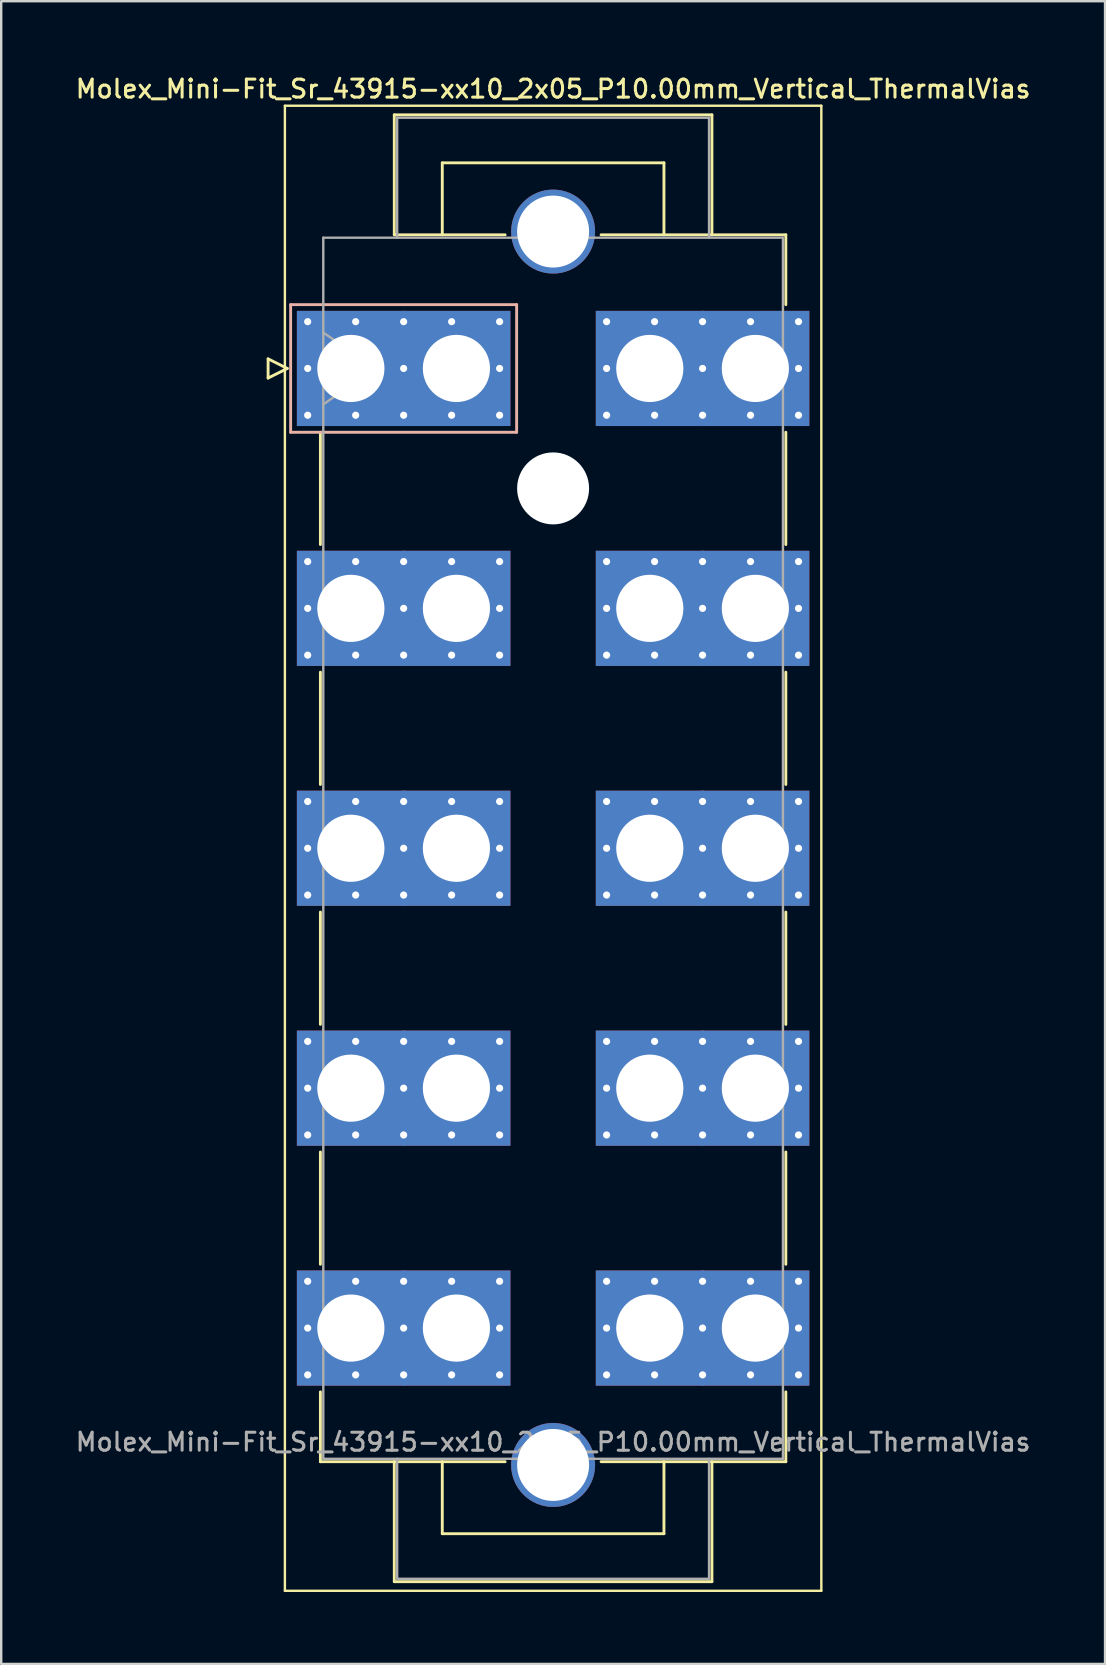
<source format=kicad_pcb>
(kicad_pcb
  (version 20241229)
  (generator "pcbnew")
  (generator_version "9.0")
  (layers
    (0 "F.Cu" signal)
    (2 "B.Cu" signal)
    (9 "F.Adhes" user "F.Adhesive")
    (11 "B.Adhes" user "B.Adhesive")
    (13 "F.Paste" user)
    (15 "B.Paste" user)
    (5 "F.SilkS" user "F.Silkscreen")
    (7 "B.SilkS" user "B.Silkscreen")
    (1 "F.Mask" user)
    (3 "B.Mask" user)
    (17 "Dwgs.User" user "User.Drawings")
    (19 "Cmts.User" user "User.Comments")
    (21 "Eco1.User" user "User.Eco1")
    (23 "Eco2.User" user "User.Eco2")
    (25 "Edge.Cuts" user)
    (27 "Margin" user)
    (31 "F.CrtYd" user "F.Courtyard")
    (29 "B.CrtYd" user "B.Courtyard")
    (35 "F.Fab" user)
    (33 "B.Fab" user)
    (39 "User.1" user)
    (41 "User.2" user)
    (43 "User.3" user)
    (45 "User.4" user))
  (footprint "Molex_Mini-Fit_Sr_43915-xx10_2x05_P10.00mm_Vertical_ThermalVias"
    (layer "F.Cu")
    (at 11.575 12.308)
    (property "Reference" "Molex_Mini-Fit_Sr_43915-xx10_2x05_P10.00mm_Vertical_ThermalVias" (at 8.43 -11.65 0) (layer "F.SilkS") (effects (font (size 0.75 0.75) (thickness 0.125))))
    (attr through_hole)
    (fp_line (start -3.45 -0.4) (end -3.45 0.4) (stroke (width 0.12) (type solid)) (layer "F.SilkS"))
    (fp_line (start -3.45 0.4) (end -2.65 0) (stroke (width 0.12) (type solid)) (layer "F.SilkS"))
    (fp_line (start -2.75 -10.95) (end -2.75 50.95) (stroke (width 0.1) (type solid)) (layer "F.SilkS"))
    (fp_line (start -2.75 50.95) (end 19.61 50.95) (stroke (width 0.1) (type solid)) (layer "F.SilkS"))
    (fp_line (start -2.65 0) (end -3.45 -0.4) (stroke (width 0.12) (type solid)) (layer "F.SilkS"))
    (fp_line (start -1.27 2.66) (end -1.27 7.34) (stroke (width 0.12) (type solid)) (layer "F.SilkS"))
    (fp_line (start -1.27 12.66) (end -1.27 17.34) (stroke (width 0.12) (type solid)) (layer "F.SilkS"))
    (fp_line (start -1.27 22.66) (end -1.27 27.34) (stroke (width 0.12) (type solid)) (layer "F.SilkS"))
    (fp_line (start -1.27 32.66) (end -1.27 37.34) (stroke (width 0.12) (type solid)) (layer "F.SilkS"))
    (fp_line (start -1.27 42.66) (end -1.27 45.57) (stroke (width 0.12) (type solid)) (layer "F.SilkS"))
    (fp_line (start -1.27 45.57) (end 6.43 45.57) (stroke (width 0.12) (type solid)) (layer "F.SilkS"))
    (fp_line (start 1.81 -10.57) (end 15.05 -10.57) (stroke (width 0.12) (type solid)) (layer "F.SilkS"))
    (fp_line (start 1.81 -5.57) (end 1.81 -10.57) (stroke (width 0.12) (type solid)) (layer "F.SilkS"))
    (fp_line (start 1.81 45.57) (end 1.81 50.57) (stroke (width 0.12) (type solid)) (layer "F.SilkS"))
    (fp_line (start 1.81 50.57) (end 15.05 50.57) (stroke (width 0.12) (type solid)) (layer "F.SilkS"))
    (fp_line (start 3.81 -8.57) (end 13.05 -8.57) (stroke (width 0.12) (type solid)) (layer "F.SilkS"))
    (fp_line (start 3.81 -5.57) (end 3.81 -8.57) (stroke (width 0.12) (type solid)) (layer "F.SilkS"))
    (fp_line (start 3.81 45.57) (end 3.81 48.57) (stroke (width 0.12) (type solid)) (layer "F.SilkS"))
    (fp_line (start 3.81 48.57) (end 13.05 48.57) (stroke (width 0.12) (type solid)) (layer "F.SilkS"))
    (fp_line (start 6.43 -5.57) (end 1.81 -5.57) (stroke (width 0.12) (type solid)) (layer "F.SilkS"))
    (fp_line (start 13.05 -8.57) (end 13.05 -5.57) (stroke (width 0.12) (type solid)) (layer "F.SilkS"))
    (fp_line (start 13.05 48.57) (end 13.05 45.57) (stroke (width 0.12) (type solid)) (layer "F.SilkS"))
    (fp_line (start 15.05 -10.57) (end 15.05 -5.57) (stroke (width 0.12) (type solid)) (layer "F.SilkS"))
    (fp_line (start 15.05 50.57) (end 15.05 45.57) (stroke (width 0.12) (type solid)) (layer "F.SilkS"))
    (fp_line (start 18.13 -5.57) (end 10.43 -5.57) (stroke (width 0.12) (type solid)) (layer "F.SilkS"))
    (fp_line (start 18.13 -2.66) (end 18.13 -5.57) (stroke (width 0.12) (type solid)) (layer "F.SilkS"))
    (fp_line (start 18.13 2.66) (end 18.13 7.34) (stroke (width 0.12) (type solid)) (layer "F.SilkS"))
    (fp_line (start 18.13 12.66) (end 18.13 17.34) (stroke (width 0.12) (type solid)) (layer "F.SilkS"))
    (fp_line (start 18.13 22.66) (end 18.13 27.34) (stroke (width 0.12) (type solid)) (layer "F.SilkS"))
    (fp_line (start 18.13 32.66) (end 18.13 37.34) (stroke (width 0.12) (type solid)) (layer "F.SilkS"))
    (fp_line (start 18.13 42.66) (end 18.13 45.57) (stroke (width 0.12) (type solid)) (layer "F.SilkS"))
    (fp_line (start 18.13 45.57) (end 10.43 45.57) (stroke (width 0.12) (type solid)) (layer "F.SilkS"))
    (fp_line (start 19.61 -10.95) (end -2.75 -10.95) (stroke (width 0.1) (type solid)) (layer "F.SilkS"))
    (fp_line (start 19.61 50.95) (end 19.61 -10.95) (stroke (width 0.1) (type solid)) (layer "F.SilkS"))
    (fp_line (start -2.51 -2.66) (end -2.51 2.66) (stroke (width 0.12) (type solid)) (layer "B.SilkS"))
    (fp_line (start -2.51 2.66) (end 6.91 2.66) (stroke (width 0.12) (type solid)) (layer "B.SilkS"))
    (fp_line (start 6.91 -2.66) (end -2.51 -2.66) (stroke (width 0.12) (type solid)) (layer "B.SilkS"))
    (fp_line (start 6.91 2.66) (end 6.91 -2.66) (stroke (width 0.12) (type solid)) (layer "B.SilkS"))
    (fp_line (start -1.15 -5.45) (end -1.15 45.45) (stroke (width 0.1) (type solid)) (layer "F.Fab"))
    (fp_line (start -1.15 -1.5) (end 0.971 0) (stroke (width 0.1) (type solid)) (layer "F.Fab"))
    (fp_line (start -1.15 45.45) (end 18.01 45.45) (stroke (width 0.1) (type solid)) (layer "F.Fab"))
    (fp_line (start 0.971 0) (end -1.15 1.5) (stroke (width 0.1) (type solid)) (layer "F.Fab"))
    (fp_line (start 1.93 -10.45) (end 14.93 -10.45) (stroke (width 0.1) (type solid)) (layer "F.Fab"))
    (fp_line (start 1.93 -5.45) (end 1.93 -10.45) (stroke (width 0.1) (type solid)) (layer "F.Fab"))
    (fp_line (start 1.93 45.45) (end 1.93 50.45) (stroke (width 0.1) (type solid)) (layer "F.Fab"))
    (fp_line (start 1.93 50.45) (end 14.93 50.45) (stroke (width 0.1) (type solid)) (layer "F.Fab"))
    (fp_line (start 14.93 -10.45) (end 14.93 -5.45) (stroke (width 0.1) (type solid)) (layer "F.Fab"))
    (fp_line (start 14.93 50.45) (end 14.93 45.45) (stroke (width 0.1) (type solid)) (layer "F.Fab"))
    (fp_line (start 18.01 -5.45) (end -1.15 -5.45) (stroke (width 0.1) (type solid)) (layer "F.Fab"))
    (fp_line (start 18.01 45.45) (end 18.01 -5.45) (stroke (width 0.1) (type solid)) (layer "F.Fab"))
    (fp_text user "${REFERENCE}" (at 8.43 44.75 0) (layer "F.Fab") (effects (font (size 0.75 0.75) (thickness 0.125))))
    (pad "" thru_hole circle (at 8.43 -5.705) (size 3.5 3.5) (drill 3) (layers "*.Cu" "*.Mask"))
    (pad "" np_thru_hole circle (at 8.43 5) (size 3 3) (drill 3) (layers "*.Cu" "*.Mask"))
    (pad "" thru_hole circle (at 8.43 45.705) (size 3.5 3.5) (drill 3) (layers "*.Cu" "*.Mask"))
    (pad "1" thru_hole roundrect (at -1.8 -1.95) (size 0.6 0.6) (drill 0.3) (layers "*.Cu" "*.Mask") (roundrect_rratio 0.25))
    (pad "1" thru_hole roundrect (at -1.8 0) (size 0.6 0.6) (drill 0.3) (layers "*.Cu" "*.Mask") (roundrect_rratio 0.25))
    (pad "1" thru_hole roundrect (at -1.8 1.95) (size 0.6 0.6) (drill 0.3) (layers "*.Cu" "*.Mask") (roundrect_rratio 0.25))
    (pad "1" thru_hole rect (at 0 0) (size 4.5 4.8) (drill 2.8) (layers "*.Cu" "*.Mask"))
    (pad "1" thru_hole roundrect (at 0.2 -1.95) (size 0.6 0.6) (drill 0.3) (layers "*.Cu" "*.Mask") (roundrect_rratio 0.25))
    (pad "1" thru_hole roundrect (at 0.2 1.95) (size 0.6 0.6) (drill 0.3) (layers "*.Cu" "*.Mask") (roundrect_rratio 0.25))
    (pad "1" thru_hole roundrect (at 2.2 -1.95) (size 0.6 0.6) (drill 0.3) (layers "*.Cu" "*.Mask") (roundrect_rratio 0.25))
    (pad "1" thru_hole roundrect (at 2.2 0) (size 0.6 0.6) (drill 0.3) (layers "*.Cu" "*.Mask") (roundrect_rratio 0.25))
    (pad "1" thru_hole roundrect (at 2.2 1.95) (size 0.6 0.6) (drill 0.3) (layers "*.Cu" "*.Mask") (roundrect_rratio 0.25))
    (pad "1" thru_hole roundrect (at 4.2 -1.95) (size 0.6 0.6) (drill 0.3) (layers "*.Cu" "*.Mask") (roundrect_rratio 0.25))
    (pad "1" thru_hole roundrect (at 4.2 1.95) (size 0.6 0.6) (drill 0.3) (layers "*.Cu" "*.Mask") (roundrect_rratio 0.25))
    (pad "1" thru_hole rect (at 4.4 0) (size 4.5 4.8) (drill 2.8) (layers "*.Cu" "*.Mask"))
    (pad "1" thru_hole roundrect (at 6.2 -1.95) (size 0.6 0.6) (drill 0.3) (layers "*.Cu" "*.Mask") (roundrect_rratio 0.25))
    (pad "1" thru_hole roundrect (at 6.2 0) (size 0.6 0.6) (drill 0.3) (layers "*.Cu" "*.Mask") (roundrect_rratio 0.25))
    (pad "1" thru_hole roundrect (at 6.2 1.95) (size 0.6 0.6) (drill 0.3) (layers "*.Cu" "*.Mask") (roundrect_rratio 0.25))
    (pad "2" thru_hole circle (at -1.8 8.05) (size 0.6 0.6) (drill 0.3) (layers "*.Cu" "*.Mask"))
    (pad "2" thru_hole circle (at -1.8 10) (size 0.6 0.6) (drill 0.3) (layers "*.Cu" "*.Mask"))
    (pad "2" thru_hole circle (at -1.8 11.95) (size 0.6 0.6) (drill 0.3) (layers "*.Cu" "*.Mask"))
    (pad "2" thru_hole rect (at 0 10) (size 4.5 4.8) (drill 2.8) (layers "*.Cu" "*.Mask"))
    (pad "2" thru_hole circle (at 0.2 8.05) (size 0.6 0.6) (drill 0.3) (layers "*.Cu" "*.Mask"))
    (pad "2" thru_hole circle (at 0.2 11.95) (size 0.6 0.6) (drill 0.3) (layers "*.Cu" "*.Mask"))
    (pad "2" thru_hole circle (at 2.2 8.05) (size 0.6 0.6) (drill 0.3) (layers "*.Cu" "*.Mask"))
    (pad "2" thru_hole circle (at 2.2 10) (size 0.6 0.6) (drill 0.3) (layers "*.Cu" "*.Mask"))
    (pad "2" thru_hole circle (at 2.2 11.95) (size 0.6 0.6) (drill 0.3) (layers "*.Cu" "*.Mask"))
    (pad "2" thru_hole circle (at 4.2 8.05) (size 0.6 0.6) (drill 0.3) (layers "*.Cu" "*.Mask"))
    (pad "2" thru_hole circle (at 4.2 11.95) (size 0.6 0.6) (drill 0.3) (layers "*.Cu" "*.Mask"))
    (pad "2" thru_hole rect (at 4.4 10) (size 4.5 4.8) (drill 2.8) (layers "*.Cu" "*.Mask"))
    (pad "2" thru_hole circle (at 6.2 8.05) (size 0.6 0.6) (drill 0.3) (layers "*.Cu" "*.Mask"))
    (pad "2" thru_hole circle (at 6.2 10) (size 0.6 0.6) (drill 0.3) (layers "*.Cu" "*.Mask"))
    (pad "2" thru_hole circle (at 6.2 11.95) (size 0.6 0.6) (drill 0.3) (layers "*.Cu" "*.Mask"))
    (pad "3" thru_hole circle (at -1.8 18.05) (size 0.6 0.6) (drill 0.3) (layers "*.Cu" "*.Mask"))
    (pad "3" thru_hole circle (at -1.8 20) (size 0.6 0.6) (drill 0.3) (layers "*.Cu" "*.Mask"))
    (pad "3" thru_hole circle (at -1.8 21.95) (size 0.6 0.6) (drill 0.3) (layers "*.Cu" "*.Mask"))
    (pad "3" thru_hole rect (at 0 20) (size 4.5 4.8) (drill 2.8) (layers "*.Cu" "*.Mask"))
    (pad "3" thru_hole circle (at 0.2 18.05) (size 0.6 0.6) (drill 0.3) (layers "*.Cu" "*.Mask"))
    (pad "3" thru_hole circle (at 0.2 21.95) (size 0.6 0.6) (drill 0.3) (layers "*.Cu" "*.Mask"))
    (pad "3" thru_hole circle (at 2.2 18.05) (size 0.6 0.6) (drill 0.3) (layers "*.Cu" "*.Mask"))
    (pad "3" thru_hole circle (at 2.2 20) (size 0.6 0.6) (drill 0.3) (layers "*.Cu" "*.Mask"))
    (pad "3" thru_hole circle (at 2.2 21.95) (size 0.6 0.6) (drill 0.3) (layers "*.Cu" "*.Mask"))
    (pad "3" thru_hole circle (at 4.2 18.05) (size 0.6 0.6) (drill 0.3) (layers "*.Cu" "*.Mask"))
    (pad "3" thru_hole circle (at 4.2 21.95) (size 0.6 0.6) (drill 0.3) (layers "*.Cu" "*.Mask"))
    (pad "3" thru_hole rect (at 4.4 20) (size 4.5 4.8) (drill 2.8) (layers "*.Cu" "*.Mask"))
    (pad "3" thru_hole circle (at 6.2 18.05) (size 0.6 0.6) (drill 0.3) (layers "*.Cu" "*.Mask"))
    (pad "3" thru_hole circle (at 6.2 20) (size 0.6 0.6) (drill 0.3) (layers "*.Cu" "*.Mask"))
    (pad "3" thru_hole circle (at 6.2 21.95) (size 0.6 0.6) (drill 0.3) (layers "*.Cu" "*.Mask"))
    (pad "4" thru_hole circle (at -1.8 28.05) (size 0.6 0.6) (drill 0.3) (layers "*.Cu" "*.Mask"))
    (pad "4" thru_hole circle (at -1.8 30) (size 0.6 0.6) (drill 0.3) (layers "*.Cu" "*.Mask"))
    (pad "4" thru_hole circle (at -1.8 31.95) (size 0.6 0.6) (drill 0.3) (layers "*.Cu" "*.Mask"))
    (pad "4" thru_hole rect (at 0 30) (size 4.5 4.8) (drill 2.8) (layers "*.Cu" "*.Mask"))
    (pad "4" thru_hole circle (at 0.2 28.05) (size 0.6 0.6) (drill 0.3) (layers "*.Cu" "*.Mask"))
    (pad "4" thru_hole circle (at 0.2 31.95) (size 0.6 0.6) (drill 0.3) (layers "*.Cu" "*.Mask"))
    (pad "4" thru_hole circle (at 2.2 28.05) (size 0.6 0.6) (drill 0.3) (layers "*.Cu" "*.Mask"))
    (pad "4" thru_hole circle (at 2.2 30) (size 0.6 0.6) (drill 0.3) (layers "*.Cu" "*.Mask"))
    (pad "4" thru_hole circle (at 2.2 31.95) (size 0.6 0.6) (drill 0.3) (layers "*.Cu" "*.Mask"))
    (pad "4" thru_hole circle (at 4.2 28.05) (size 0.6 0.6) (drill 0.3) (layers "*.Cu" "*.Mask"))
    (pad "4" thru_hole circle (at 4.2 31.95) (size 0.6 0.6) (drill 0.3) (layers "*.Cu" "*.Mask"))
    (pad "4" thru_hole rect (at 4.4 30) (size 4.5 4.8) (drill 2.8) (layers "*.Cu" "*.Mask"))
    (pad "4" thru_hole circle (at 6.2 28.05) (size 0.6 0.6) (drill 0.3) (layers "*.Cu" "*.Mask"))
    (pad "4" thru_hole circle (at 6.2 30) (size 0.6 0.6) (drill 0.3) (layers "*.Cu" "*.Mask"))
    (pad "4" thru_hole circle (at 6.2 31.95) (size 0.6 0.6) (drill 0.3) (layers "*.Cu" "*.Mask"))
    (pad "5" thru_hole circle (at -1.8 38.05) (size 0.6 0.6) (drill 0.3) (layers "*.Cu" "*.Mask"))
    (pad "5" thru_hole circle (at -1.8 40) (size 0.6 0.6) (drill 0.3) (layers "*.Cu" "*.Mask"))
    (pad "5" thru_hole circle (at -1.8 41.95) (size 0.6 0.6) (drill 0.3) (layers "*.Cu" "*.Mask"))
    (pad "5" thru_hole rect (at 0 40) (size 4.5 4.8) (drill 2.8) (layers "*.Cu" "*.Mask"))
    (pad "5" thru_hole circle (at 0.2 38.05) (size 0.6 0.6) (drill 0.3) (layers "*.Cu" "*.Mask"))
    (pad "5" thru_hole circle (at 0.2 41.95) (size 0.6 0.6) (drill 0.3) (layers "*.Cu" "*.Mask"))
    (pad "5" thru_hole circle (at 2.2 38.05) (size 0.6 0.6) (drill 0.3) (layers "*.Cu" "*.Mask"))
    (pad "5" thru_hole circle (at 2.2 40) (size 0.6 0.6) (drill 0.3) (layers "*.Cu" "*.Mask"))
    (pad "5" thru_hole circle (at 2.2 41.95) (size 0.6 0.6) (drill 0.3) (layers "*.Cu" "*.Mask"))
    (pad "5" thru_hole circle (at 4.2 38.05) (size 0.6 0.6) (drill 0.3) (layers "*.Cu" "*.Mask"))
    (pad "5" thru_hole circle (at 4.2 41.95) (size 0.6 0.6) (drill 0.3) (layers "*.Cu" "*.Mask"))
    (pad "5" thru_hole rect (at 4.4 40) (size 4.5 4.8) (drill 2.8) (layers "*.Cu" "*.Mask"))
    (pad "5" thru_hole circle (at 6.2 38.05) (size 0.6 0.6) (drill 0.3) (layers "*.Cu" "*.Mask"))
    (pad "5" thru_hole circle (at 6.2 40) (size 0.6 0.6) (drill 0.3) (layers "*.Cu" "*.Mask"))
    (pad "5" thru_hole circle (at 6.2 41.95) (size 0.6 0.6) (drill 0.3) (layers "*.Cu" "*.Mask"))
    (pad "6" thru_hole circle (at 10.66 -1.95) (size 0.6 0.6) (drill 0.3) (layers "*.Cu" "*.Mask"))
    (pad "6" thru_hole circle (at 10.66 0) (size 0.6 0.6) (drill 0.3) (layers "*.Cu" "*.Mask"))
    (pad "6" thru_hole circle (at 10.66 1.95) (size 0.6 0.6) (drill 0.3) (layers "*.Cu" "*.Mask"))
    (pad "6" thru_hole rect (at 12.46 0) (size 4.5 4.8) (drill 2.8) (layers "*.Cu" "*.Mask"))
    (pad "6" thru_hole circle (at 12.66 -1.95) (size 0.6 0.6) (drill 0.3) (layers "*.Cu" "*.Mask"))
    (pad "6" thru_hole circle (at 12.66 1.95) (size 0.6 0.6) (drill 0.3) (layers "*.Cu" "*.Mask"))
    (pad "6" thru_hole circle (at 14.66 -1.95) (size 0.6 0.6) (drill 0.3) (layers "*.Cu" "*.Mask"))
    (pad "6" thru_hole circle (at 14.66 0) (size 0.6 0.6) (drill 0.3) (layers "*.Cu" "*.Mask"))
    (pad "6" thru_hole circle (at 14.66 1.95) (size 0.6 0.6) (drill 0.3) (layers "*.Cu" "*.Mask"))
    (pad "6" thru_hole circle (at 16.66 -1.95) (size 0.6 0.6) (drill 0.3) (layers "*.Cu" "*.Mask"))
    (pad "6" thru_hole circle (at 16.66 1.95) (size 0.6 0.6) (drill 0.3) (layers "*.Cu" "*.Mask"))
    (pad "6" thru_hole rect (at 16.86 0) (size 4.5 4.8) (drill 2.8) (layers "*.Cu" "*.Mask"))
    (pad "6" thru_hole circle (at 18.66 -1.95) (size 0.6 0.6) (drill 0.3) (layers "*.Cu" "*.Mask"))
    (pad "6" thru_hole circle (at 18.66 0) (size 0.6 0.6) (drill 0.3) (layers "*.Cu" "*.Mask"))
    (pad "6" thru_hole circle (at 18.66 1.95) (size 0.6 0.6) (drill 0.3) (layers "*.Cu" "*.Mask"))
    (pad "7" thru_hole circle (at 10.66 8.05) (size 0.6 0.6) (drill 0.3) (layers "*.Cu" "*.Mask"))
    (pad "7" thru_hole circle (at 10.66 10) (size 0.6 0.6) (drill 0.3) (layers "*.Cu" "*.Mask"))
    (pad "7" thru_hole circle (at 10.66 11.95) (size 0.6 0.6) (drill 0.3) (layers "*.Cu" "*.Mask"))
    (pad "7" thru_hole rect (at 12.46 10) (size 4.5 4.8) (drill 2.8) (layers "*.Cu" "*.Mask"))
    (pad "7" thru_hole circle (at 12.66 8.05) (size 0.6 0.6) (drill 0.3) (layers "*.Cu" "*.Mask"))
    (pad "7" thru_hole circle (at 12.66 11.95) (size 0.6 0.6) (drill 0.3) (layers "*.Cu" "*.Mask"))
    (pad "7" thru_hole circle (at 14.66 8.05) (size 0.6 0.6) (drill 0.3) (layers "*.Cu" "*.Mask"))
    (pad "7" thru_hole circle (at 14.66 10) (size 0.6 0.6) (drill 0.3) (layers "*.Cu" "*.Mask"))
    (pad "7" thru_hole circle (at 14.66 11.95) (size 0.6 0.6) (drill 0.3) (layers "*.Cu" "*.Mask"))
    (pad "7" thru_hole circle (at 16.66 8.05) (size 0.6 0.6) (drill 0.3) (layers "*.Cu" "*.Mask"))
    (pad "7" thru_hole circle (at 16.66 11.95) (size 0.6 0.6) (drill 0.3) (layers "*.Cu" "*.Mask"))
    (pad "7" thru_hole rect (at 16.86 10) (size 4.5 4.8) (drill 2.8) (layers "*.Cu" "*.Mask"))
    (pad "7" thru_hole circle (at 18.66 8.05) (size 0.6 0.6) (drill 0.3) (layers "*.Cu" "*.Mask"))
    (pad "7" thru_hole circle (at 18.66 10) (size 0.6 0.6) (drill 0.3) (layers "*.Cu" "*.Mask"))
    (pad "7" thru_hole circle (at 18.66 11.95) (size 0.6 0.6) (drill 0.3) (layers "*.Cu" "*.Mask"))
    (pad "8" thru_hole circle (at 10.66 18.05) (size 0.6 0.6) (drill 0.3) (layers "*.Cu" "*.Mask"))
    (pad "8" thru_hole circle (at 10.66 20) (size 0.6 0.6) (drill 0.3) (layers "*.Cu" "*.Mask"))
    (pad "8" thru_hole circle (at 10.66 21.95) (size 0.6 0.6) (drill 0.3) (layers "*.Cu" "*.Mask"))
    (pad "8" thru_hole rect (at 12.46 20) (size 4.5 4.8) (drill 2.8) (layers "*.Cu" "*.Mask"))
    (pad "8" thru_hole circle (at 12.66 18.05) (size 0.6 0.6) (drill 0.3) (layers "*.Cu" "*.Mask"))
    (pad "8" thru_hole circle (at 12.66 21.95) (size 0.6 0.6) (drill 0.3) (layers "*.Cu" "*.Mask"))
    (pad "8" thru_hole circle (at 14.66 18.05) (size 0.6 0.6) (drill 0.3) (layers "*.Cu" "*.Mask"))
    (pad "8" thru_hole circle (at 14.66 20) (size 0.6 0.6) (drill 0.3) (layers "*.Cu" "*.Mask"))
    (pad "8" thru_hole circle (at 14.66 21.95) (size 0.6 0.6) (drill 0.3) (layers "*.Cu" "*.Mask"))
    (pad "8" thru_hole circle (at 16.66 18.05) (size 0.6 0.6) (drill 0.3) (layers "*.Cu" "*.Mask"))
    (pad "8" thru_hole circle (at 16.66 21.95) (size 0.6 0.6) (drill 0.3) (layers "*.Cu" "*.Mask"))
    (pad "8" thru_hole rect (at 16.86 20) (size 4.5 4.8) (drill 2.8) (layers "*.Cu" "*.Mask"))
    (pad "8" thru_hole circle (at 18.66 18.05) (size 0.6 0.6) (drill 0.3) (layers "*.Cu" "*.Mask"))
    (pad "8" thru_hole circle (at 18.66 20) (size 0.6 0.6) (drill 0.3) (layers "*.Cu" "*.Mask"))
    (pad "8" thru_hole circle (at 18.66 21.95) (size 0.6 0.6) (drill 0.3) (layers "*.Cu" "*.Mask"))
    (pad "9" thru_hole circle (at 10.66 28.05) (size 0.6 0.6) (drill 0.3) (layers "*.Cu" "*.Mask"))
    (pad "9" thru_hole circle (at 10.66 30) (size 0.6 0.6) (drill 0.3) (layers "*.Cu" "*.Mask"))
    (pad "9" thru_hole circle (at 10.66 31.95) (size 0.6 0.6) (drill 0.3) (layers "*.Cu" "*.Mask"))
    (pad "9" thru_hole rect (at 12.46 30) (size 4.5 4.8) (drill 2.8) (layers "*.Cu" "*.Mask"))
    (pad "9" thru_hole circle (at 12.66 28.05) (size 0.6 0.6) (drill 0.3) (layers "*.Cu" "*.Mask"))
    (pad "9" thru_hole circle (at 12.66 31.95) (size 0.6 0.6) (drill 0.3) (layers "*.Cu" "*.Mask"))
    (pad "9" thru_hole circle (at 14.66 28.05) (size 0.6 0.6) (drill 0.3) (layers "*.Cu" "*.Mask"))
    (pad "9" thru_hole circle (at 14.66 30) (size 0.6 0.6) (drill 0.3) (layers "*.Cu" "*.Mask"))
    (pad "9" thru_hole circle (at 14.66 31.95) (size 0.6 0.6) (drill 0.3) (layers "*.Cu" "*.Mask"))
    (pad "9" thru_hole circle (at 16.66 28.05) (size 0.6 0.6) (drill 0.3) (layers "*.Cu" "*.Mask"))
    (pad "9" thru_hole circle (at 16.66 31.95) (size 0.6 0.6) (drill 0.3) (layers "*.Cu" "*.Mask"))
    (pad "9" thru_hole rect (at 16.86 30) (size 4.5 4.8) (drill 2.8) (layers "*.Cu" "*.Mask"))
    (pad "9" thru_hole circle (at 18.66 28.05) (size 0.6 0.6) (drill 0.3) (layers "*.Cu" "*.Mask"))
    (pad "9" thru_hole circle (at 18.66 30) (size 0.6 0.6) (drill 0.3) (layers "*.Cu" "*.Mask"))
    (pad "9" thru_hole circle (at 18.66 31.95) (size 0.6 0.6) (drill 0.3) (layers "*.Cu" "*.Mask"))
    (pad "10" thru_hole circle (at 10.66 38.05) (size 0.6 0.6) (drill 0.3) (layers "*.Cu" "*.Mask"))
    (pad "10" thru_hole circle (at 10.66 40) (size 0.6 0.6) (drill 0.3) (layers "*.Cu" "*.Mask"))
    (pad "10" thru_hole circle (at 10.66 41.95) (size 0.6 0.6) (drill 0.3) (layers "*.Cu" "*.Mask"))
    (pad "10" thru_hole rect (at 12.46 40) (size 4.5 4.8) (drill 2.8) (layers "*.Cu" "*.Mask"))
    (pad "10" thru_hole circle (at 12.66 38.05) (size 0.6 0.6) (drill 0.3) (layers "*.Cu" "*.Mask"))
    (pad "10" thru_hole circle (at 12.66 41.95) (size 0.6 0.6) (drill 0.3) (layers "*.Cu" "*.Mask"))
    (pad "10" thru_hole circle (at 14.66 38.05) (size 0.6 0.6) (drill 0.3) (layers "*.Cu" "*.Mask"))
    (pad "10" thru_hole circle (at 14.66 40) (size 0.6 0.6) (drill 0.3) (layers "*.Cu" "*.Mask"))
    (pad "10" thru_hole circle (at 14.66 41.95) (size 0.6 0.6) (drill 0.3) (layers "*.Cu" "*.Mask"))
    (pad "10" thru_hole circle (at 16.66 38.05) (size 0.6 0.6) (drill 0.3) (layers "*.Cu" "*.Mask"))
    (pad "10" thru_hole circle (at 16.66 41.95) (size 0.6 0.6) (drill 0.3) (layers "*.Cu" "*.Mask"))
    (pad "10" thru_hole rect (at 16.86 40) (size 4.5 4.8) (drill 2.8) (layers "*.Cu" "*.Mask"))
    (pad "10" thru_hole circle (at 18.66 38.05) (size 0.6 0.6) (drill 0.3) (layers "*.Cu" "*.Mask"))
    (pad "10" thru_hole circle (at 18.66 40) (size 0.6 0.6) (drill 0.3) (layers "*.Cu" "*.Mask"))
    (pad "10" thru_hole circle (at 18.66 41.95) (size 0.6 0.6) (drill 0.3) (layers "*.Cu" "*.Mask")))
  (gr_rect
    (start -3 -3)
    (end 43.011 66.308)
    (stroke (width 0.1) (type default))
    (fill no)
    (layer "Edge.Cuts")))
</source>
